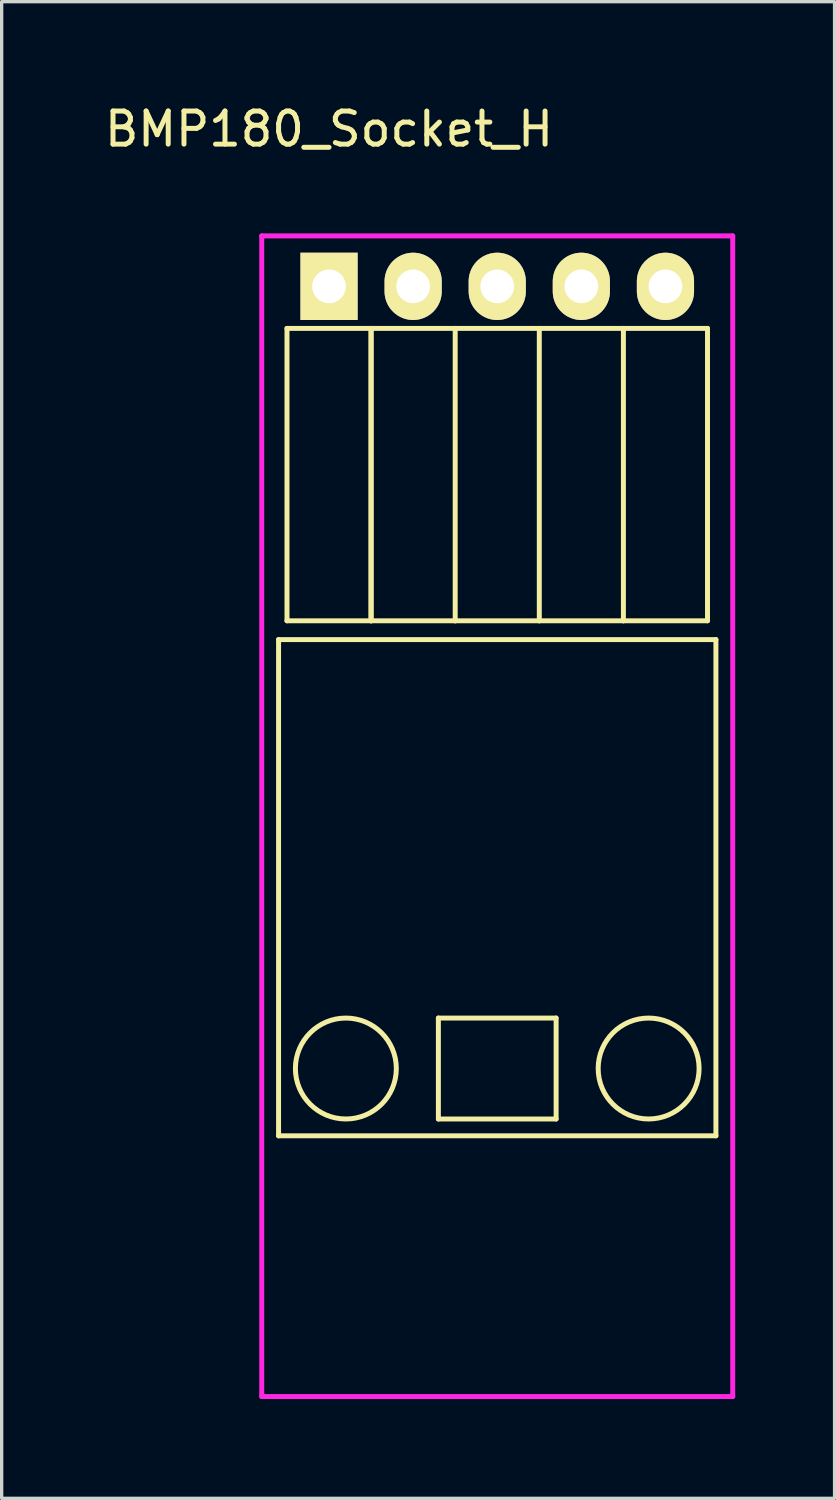
<source format=kicad_pcb>
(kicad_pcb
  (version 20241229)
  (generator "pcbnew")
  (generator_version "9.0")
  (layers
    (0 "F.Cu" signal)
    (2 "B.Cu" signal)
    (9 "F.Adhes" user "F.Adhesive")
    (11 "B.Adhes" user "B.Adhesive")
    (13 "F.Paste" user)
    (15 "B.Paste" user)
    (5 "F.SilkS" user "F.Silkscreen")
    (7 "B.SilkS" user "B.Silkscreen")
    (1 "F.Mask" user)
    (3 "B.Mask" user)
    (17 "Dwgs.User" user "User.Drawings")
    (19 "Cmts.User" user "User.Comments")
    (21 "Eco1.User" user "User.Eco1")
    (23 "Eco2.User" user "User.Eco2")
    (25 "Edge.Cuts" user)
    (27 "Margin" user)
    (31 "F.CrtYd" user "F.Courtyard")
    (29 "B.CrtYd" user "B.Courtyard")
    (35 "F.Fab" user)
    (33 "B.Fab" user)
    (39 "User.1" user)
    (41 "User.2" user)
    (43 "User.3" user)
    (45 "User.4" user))
  (footprint "BMP180_Socket_H"
    (layer "F.Cu")
    (at 6.887 5.598)
    (property "Reference" "BMP180_Socket_H" (at 0 -4.75 0) (layer "F.SilkS") (effects (font (size 1 1) (thickness 0.15))))
    (attr through_hole)
    (fp_line (start -1.524 10.668) (end 11.684 10.668) (stroke (width 0.15) (type solid)) (layer "F.SilkS"))
    (fp_line (start -1.524 25.654) (end -1.524 10.668) (stroke (width 0.15) (type solid)) (layer "F.SilkS"))
    (fp_line (start -1.27 1.27) (end -1.27 10.1) (stroke (width 0.15) (type solid)) (layer "F.SilkS"))
    (fp_line (start -1.27 1.27) (end 1.27 1.27) (stroke (width 0.15) (type solid)) (layer "F.SilkS"))
    (fp_line (start -1.27 10.1) (end 1.27 10.1) (stroke (width 0.15) (type solid)) (layer "F.SilkS"))
    (fp_line (start 1.27 1.27) (end 1.27 10.1) (stroke (width 0.15) (type solid)) (layer "F.SilkS"))
    (fp_line (start 1.27 1.27) (end 3.81 1.27) (stroke (width 0.15) (type solid)) (layer "F.SilkS"))
    (fp_line (start 1.27 10.1) (end 1.27 1.27) (stroke (width 0.15) (type solid)) (layer "F.SilkS"))
    (fp_line (start 1.27 10.1) (end 3.81 10.1) (stroke (width 0.15) (type solid)) (layer "F.SilkS"))
    (fp_line (start 3.302 22.098) (end 6.858 22.098) (stroke (width 0.15) (type solid)) (layer "F.SilkS"))
    (fp_line (start 3.302 25.146) (end 3.302 22.098) (stroke (width 0.15) (type solid)) (layer "F.SilkS"))
    (fp_line (start 3.81 1.27) (end 6.35 1.27) (stroke (width 0.15) (type solid)) (layer "F.SilkS"))
    (fp_line (start 3.81 10.1) (end 3.81 1.27) (stroke (width 0.15) (type solid)) (layer "F.SilkS"))
    (fp_line (start 3.81 10.1) (end 6.35 10.1) (stroke (width 0.15) (type solid)) (layer "F.SilkS"))
    (fp_line (start 6.35 1.27) (end 8.89 1.27) (stroke (width 0.15) (type solid)) (layer "F.SilkS"))
    (fp_line (start 6.35 10.1) (end 6.35 1.27) (stroke (width 0.15) (type solid)) (layer "F.SilkS"))
    (fp_line (start 6.35 10.1) (end 8.89 10.1) (stroke (width 0.15) (type solid)) (layer "F.SilkS"))
    (fp_line (start 6.858 22.098) (end 6.858 25.146) (stroke (width 0.15) (type solid)) (layer "F.SilkS"))
    (fp_line (start 6.858 25.146) (end 3.302 25.146) (stroke (width 0.15) (type solid)) (layer "F.SilkS"))
    (fp_line (start 8.89 1.27) (end 11.43 1.27) (stroke (width 0.15) (type solid)) (layer "F.SilkS"))
    (fp_line (start 8.89 10.1) (end 8.89 1.27) (stroke (width 0.15) (type solid)) (layer "F.SilkS"))
    (fp_line (start 8.89 10.1) (end 11.43 10.1) (stroke (width 0.15) (type solid)) (layer "F.SilkS"))
    (fp_line (start 11.43 10.1) (end 11.43 1.27) (stroke (width 0.15) (type solid)) (layer "F.SilkS"))
    (fp_line (start 11.684 10.668) (end 11.684 25.654) (stroke (width 0.15) (type solid)) (layer "F.SilkS"))
    (fp_line (start 11.684 25.654) (end -1.524 25.654) (stroke (width 0.15) (type solid)) (layer "F.SilkS"))
    (fp_circle (center 0.508 23.622) (end 2.032 23.622) (stroke (width 0.15) (type solid)) (fill no) (layer "F.SilkS"))
    (fp_circle (center 9.652 23.622) (end 11.176 23.622) (stroke (width 0.15) (type solid)) (fill no) (layer "F.SilkS"))
    (fp_line (start -2.032 -1.524) (end 12.192 -1.524) (stroke (width 0.15) (type solid)) (layer "F.CrtYd"))
    (fp_line (start -2.032 33.528) (end -2.032 -1.524) (stroke (width 0.15) (type solid)) (layer "F.CrtYd"))
    (fp_line (start 12.192 -1.524) (end 12.192 33.528) (stroke (width 0.15) (type solid)) (layer "F.CrtYd"))
    (fp_line (start 12.192 33.528) (end -2.032 33.528) (stroke (width 0.15) (type solid)) (layer "F.CrtYd"))
    (pad "1" thru_hole rect (at 0 0) (size 1.727 2.032) (drill 1.016) (layers "*.Cu" "*.Mask" "F.SilkS"))
    (pad "2" thru_hole oval (at 2.54 0) (size 1.727 2.032) (drill 1.016) (layers "*.Cu" "*.Mask" "F.SilkS"))
    (pad "3" thru_hole oval (at 5.08 0) (size 1.727 2.032) (drill 1.016) (layers "*.Cu" "*.Mask" "F.SilkS"))
    (pad "4" thru_hole oval (at 7.62 0) (size 1.727 2.032) (drill 1.016) (layers "*.Cu" "*.Mask" "F.SilkS"))
    (pad "5" thru_hole oval (at 10.16 0) (size 1.727 2.032) (drill 1.016) (layers "*.Cu" "*.Mask" "F.SilkS")))
  (gr_rect
    (start -3 -3)
    (end 22.154 42.201)
    (stroke (width 0.1) (type default))
    (fill no)
    (layer "Edge.Cuts")))
</source>
